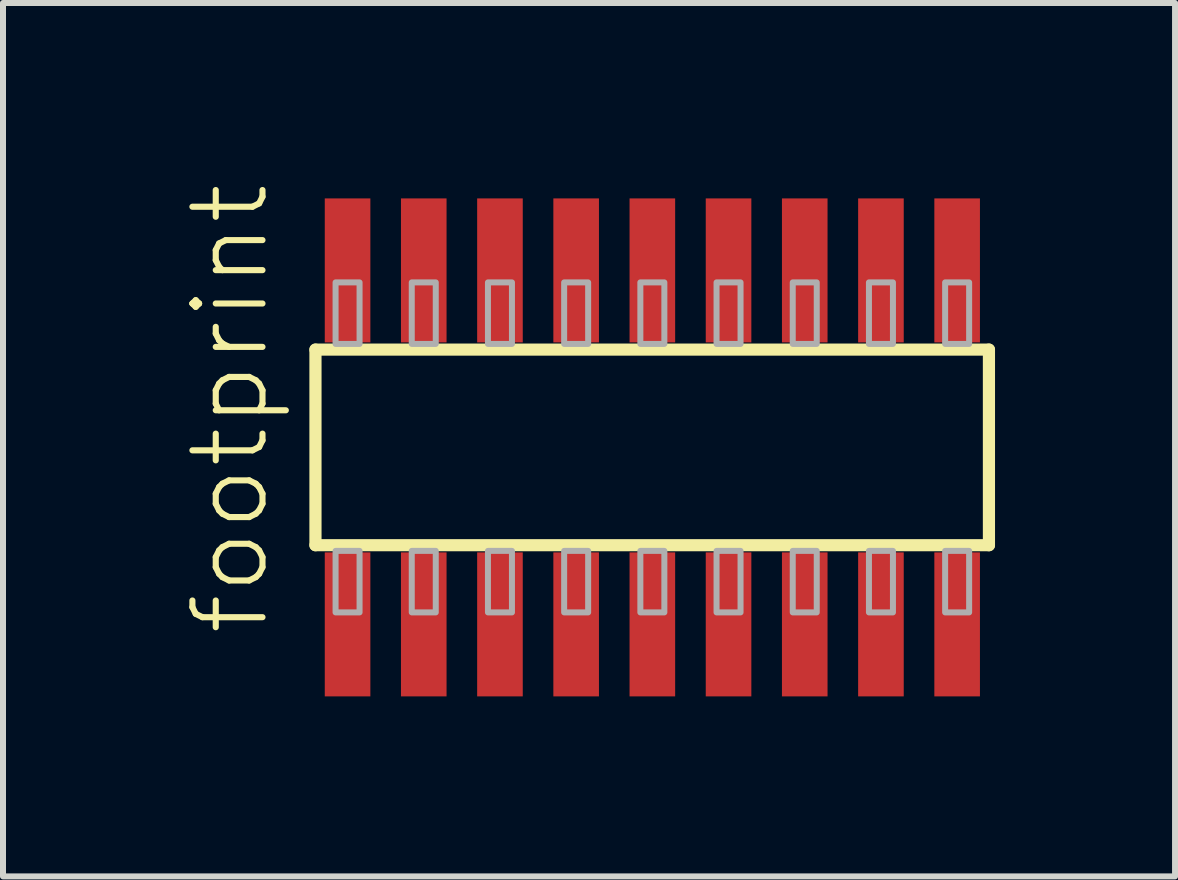
<source format=kicad_pcb>
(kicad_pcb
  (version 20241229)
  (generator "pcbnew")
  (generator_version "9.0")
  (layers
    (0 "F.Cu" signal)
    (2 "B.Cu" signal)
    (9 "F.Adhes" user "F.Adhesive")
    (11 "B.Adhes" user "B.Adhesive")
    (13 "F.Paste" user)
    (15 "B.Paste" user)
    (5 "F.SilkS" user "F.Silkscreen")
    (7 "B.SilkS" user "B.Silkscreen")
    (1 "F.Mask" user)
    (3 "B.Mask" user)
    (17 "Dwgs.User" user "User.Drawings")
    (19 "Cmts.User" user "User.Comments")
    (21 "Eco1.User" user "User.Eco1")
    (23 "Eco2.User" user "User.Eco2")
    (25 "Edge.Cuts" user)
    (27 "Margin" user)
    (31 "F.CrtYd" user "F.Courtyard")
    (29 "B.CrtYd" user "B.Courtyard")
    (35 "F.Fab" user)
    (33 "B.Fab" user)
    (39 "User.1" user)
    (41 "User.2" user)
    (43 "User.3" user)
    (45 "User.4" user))
  (footprint "footprint"
    (layer "F.Cu")
    (at 7.823 4.407)
    (property "Reference" "footprint" (at -6.35 3.175 90) (layer "F.SilkS") (effects (font (size 1.168 1.168) (thickness 0.102)) (justify left bottom)))
    (fp_line (start -5.615 -1.63) (end 5.61 -1.63) (stroke (width 0.203) (type solid)) (layer "F.SilkS"))
    (fp_line (start -5.615 1.63) (end -5.615 -1.63) (stroke (width 0.203) (type solid)) (layer "F.SilkS"))
    (fp_line (start 5.61 -1.63) (end 5.61 1.63) (stroke (width 0.203) (type solid)) (layer "F.SilkS"))
    (fp_line (start 5.61 1.63) (end -5.615 1.63) (stroke (width 0.203) (type solid)) (layer "F.SilkS"))
    (fp_poly (pts (xy -5.28 -1.725) (xy -4.88 -1.725) (xy -4.88 -2.75) (xy -5.28 -2.75)) (stroke (width 0.1) (type solid)) (fill no) (layer "F.Fab"))
    (fp_poly (pts (xy -4.88 1.725) (xy -5.28 1.725) (xy -5.28 2.75) (xy -4.88 2.75)) (stroke (width 0.1) (type solid)) (fill no) (layer "F.Fab"))
    (fp_poly (pts (xy -4.01 -1.725) (xy -3.61 -1.725) (xy -3.61 -2.75) (xy -4.01 -2.75)) (stroke (width 0.1) (type solid)) (fill no) (layer "F.Fab"))
    (fp_poly (pts (xy -3.61 1.725) (xy -4.01 1.725) (xy -4.01 2.75) (xy -3.61 2.75)) (stroke (width 0.1) (type solid)) (fill no) (layer "F.Fab"))
    (fp_poly (pts (xy -2.74 -1.725) (xy -2.34 -1.725) (xy -2.34 -2.75) (xy -2.74 -2.75)) (stroke (width 0.1) (type solid)) (fill no) (layer "F.Fab"))
    (fp_poly (pts (xy -2.34 1.725) (xy -2.74 1.725) (xy -2.74 2.75) (xy -2.34 2.75)) (stroke (width 0.1) (type solid)) (fill no) (layer "F.Fab"))
    (fp_poly (pts (xy -1.47 -1.725) (xy -1.07 -1.725) (xy -1.07 -2.75) (xy -1.47 -2.75)) (stroke (width 0.1) (type solid)) (fill no) (layer "F.Fab"))
    (fp_poly (pts (xy -1.07 1.725) (xy -1.47 1.725) (xy -1.47 2.75) (xy -1.07 2.75)) (stroke (width 0.1) (type solid)) (fill no) (layer "F.Fab"))
    (fp_poly (pts (xy -0.2 -1.725) (xy 0.2 -1.725) (xy 0.2 -2.75) (xy -0.2 -2.75)) (stroke (width 0.1) (type solid)) (fill no) (layer "F.Fab"))
    (fp_poly (pts (xy 0.2 1.725) (xy -0.2 1.725) (xy -0.2 2.75) (xy 0.2 2.75)) (stroke (width 0.1) (type solid)) (fill no) (layer "F.Fab"))
    (fp_poly (pts (xy 1.07 -1.725) (xy 1.47 -1.725) (xy 1.47 -2.75) (xy 1.07 -2.75)) (stroke (width 0.1) (type solid)) (fill no) (layer "F.Fab"))
    (fp_poly (pts (xy 1.47 1.725) (xy 1.07 1.725) (xy 1.07 2.75) (xy 1.47 2.75)) (stroke (width 0.1) (type solid)) (fill no) (layer "F.Fab"))
    (fp_poly (pts (xy 2.34 -1.725) (xy 2.74 -1.725) (xy 2.74 -2.75) (xy 2.34 -2.75)) (stroke (width 0.1) (type solid)) (fill no) (layer "F.Fab"))
    (fp_poly (pts (xy 2.74 1.725) (xy 2.34 1.725) (xy 2.34 2.75) (xy 2.74 2.75)) (stroke (width 0.1) (type solid)) (fill no) (layer "F.Fab"))
    (fp_poly (pts (xy 3.61 -1.725) (xy 4.01 -1.725) (xy 4.01 -2.75) (xy 3.61 -2.75)) (stroke (width 0.1) (type solid)) (fill no) (layer "F.Fab"))
    (fp_poly (pts (xy 4.01 1.725) (xy 3.61 1.725) (xy 3.61 2.75) (xy 4.01 2.75)) (stroke (width 0.1) (type solid)) (fill no) (layer "F.Fab"))
    (fp_poly (pts (xy 4.88 -1.725) (xy 5.28 -1.725) (xy 5.28 -2.75) (xy 4.88 -2.75)) (stroke (width 0.1) (type solid)) (fill no) (layer "F.Fab"))
    (fp_poly (pts (xy 5.28 1.725) (xy 4.88 1.725) (xy 4.88 2.75) (xy 5.28 2.75)) (stroke (width 0.1) (type solid)) (fill no) (layer "F.Fab"))
    (pad "1" smd rect (at -5.08 2.95) (size 0.76 2.4) (layers "F.Cu" "F.Mask" "F.Paste"))
    (pad "2" smd rect (at -5.08 -2.95) (size 0.76 2.4) (layers "F.Cu" "F.Mask" "F.Paste"))
    (pad "3" smd rect (at -3.81 2.95) (size 0.76 2.4) (layers "F.Cu" "F.Mask" "F.Paste"))
    (pad "4" smd rect (at -3.81 -2.95) (size 0.76 2.4) (layers "F.Cu" "F.Mask" "F.Paste"))
    (pad "5" smd rect (at -2.54 2.95) (size 0.76 2.4) (layers "F.Cu" "F.Mask" "F.Paste"))
    (pad "6" smd rect (at -2.54 -2.95) (size 0.76 2.4) (layers "F.Cu" "F.Mask" "F.Paste"))
    (pad "7" smd rect (at -1.27 2.95) (size 0.76 2.4) (layers "F.Cu" "F.Mask" "F.Paste"))
    (pad "8" smd rect (at -1.27 -2.95) (size 0.76 2.4) (layers "F.Cu" "F.Mask" "F.Paste"))
    (pad "9" smd rect (at 0 2.95) (size 0.76 2.4) (layers "F.Cu" "F.Mask" "F.Paste"))
    (pad "10" smd rect (at 0 -2.95) (size 0.76 2.4) (layers "F.Cu" "F.Mask" "F.Paste"))
    (pad "11" smd rect (at 1.27 2.95) (size 0.76 2.4) (layers "F.Cu" "F.Mask" "F.Paste"))
    (pad "12" smd rect (at 1.27 -2.95) (size 0.76 2.4) (layers "F.Cu" "F.Mask" "F.Paste"))
    (pad "13" smd rect (at 2.54 2.95) (size 0.76 2.4) (layers "F.Cu" "F.Mask" "F.Paste"))
    (pad "14" smd rect (at 2.54 -2.95) (size 0.76 2.4) (layers "F.Cu" "F.Mask" "F.Paste"))
    (pad "15" smd rect (at 3.81 2.95) (size 0.76 2.4) (layers "F.Cu" "F.Mask" "F.Paste"))
    (pad "16" smd rect (at 3.81 -2.95) (size 0.76 2.4) (layers "F.Cu" "F.Mask" "F.Paste"))
    (pad "17" smd rect (at 5.08 2.95) (size 0.76 2.4) (layers "F.Cu" "F.Mask" "F.Paste"))
    (pad "18" smd rect (at 5.08 -2.95) (size 0.76 2.4) (layers "F.Cu" "F.Mask" "F.Paste")))
  (gr_rect
    (start -3 -3)
    (end 16.535 11.557)
    (stroke (width 0.1) (type default))
    (fill no)
    (layer "Edge.Cuts")))
</source>
